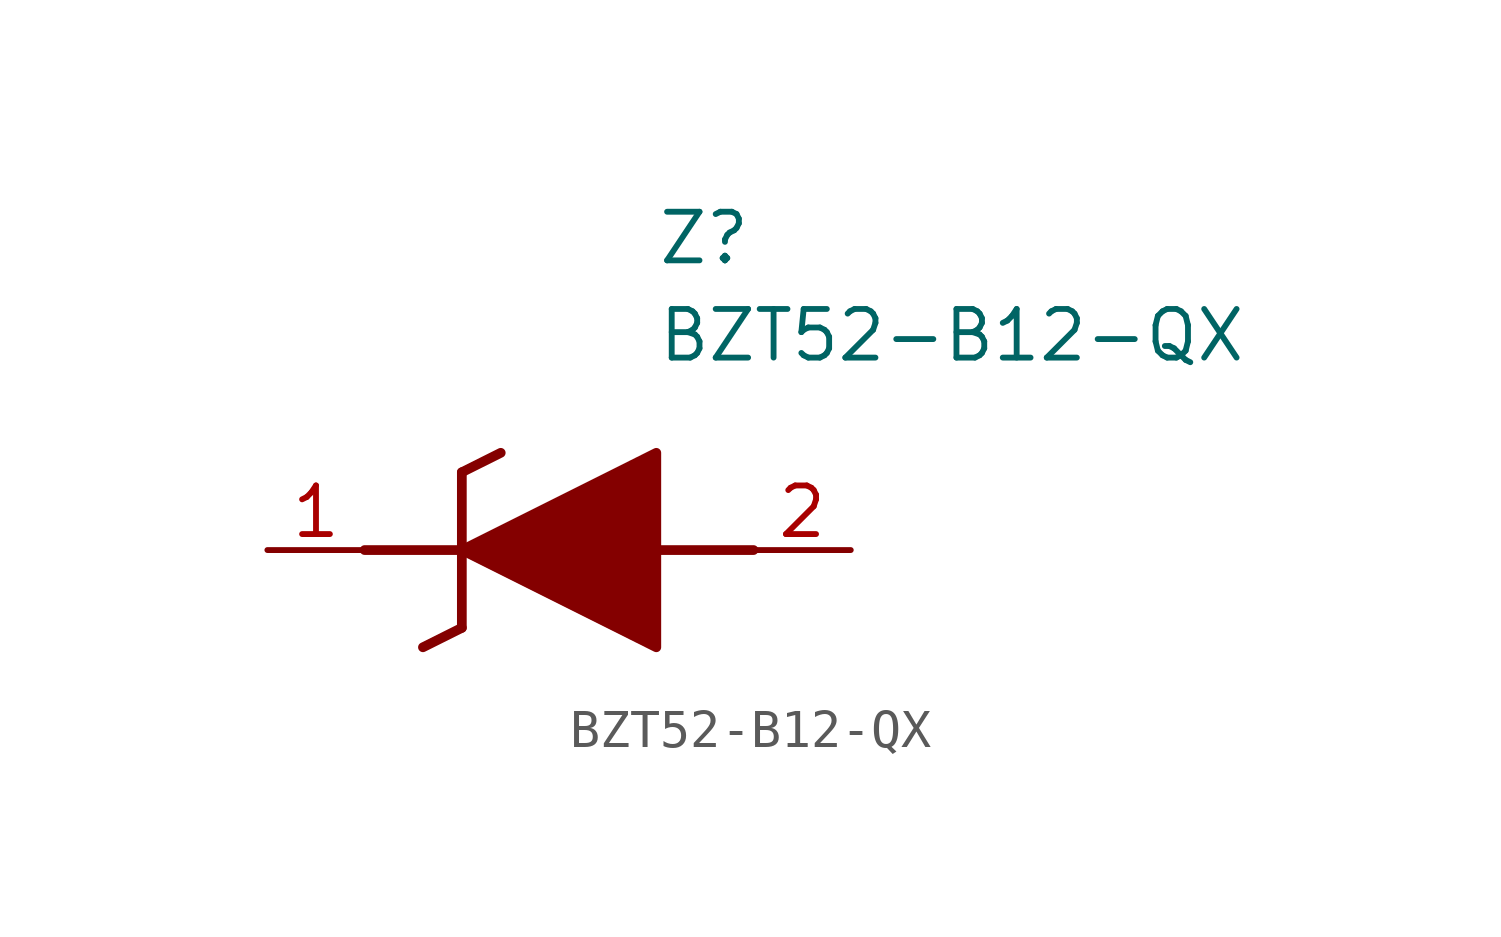
<source format=kicad_sym>
(kicad_symbol_lib
  (version 20211014)
  (generator SamacSys_ECAD_Model)
  (symbol "BZT52-B12-QX"
    (pin_names hide)
    (property "Reference" "Z"
      (at 10.16 8.89 0)
      (effects (font (size 1.27 1.27)) (justify left top)))
    (property "Value" "BZT52-B12-QX"
      (at 10.16 6.35 0)
      (effects (font (size 1.27 1.27)) (justify left top)))
    (polyline
      (pts (xy 5.08 2.032) (xy 5.08 -2.032))
      (stroke (width 0.254) (type default))
      (fill (type none)))
    (polyline
      (pts (xy 5.08 2.032) (xy 6.096 2.54))
      (stroke (width 0.254) (type default))
      (fill (type none)))
    (polyline
      (pts (xy 4.064 -2.54) (xy 5.08 -2.032))
      (stroke (width 0.254) (type default))
      (fill (type none)))
    (polyline
      (pts (xy 2.54 0) (xy 5.08 0))
      (stroke (width 0.254) (type default))
      (fill (type none)))
    (polyline
      (pts (xy 12.7 0) (xy 10.16 0))
      (stroke (width 0.254) (type default))
      (fill (type none)))
    (polyline
      (pts (xy 5.08 0) (xy 10.16 2.54) (xy 10.16 -2.54) (xy 5.08 0))
      (stroke (width 0.254) (type default))
      (fill (type outline)))
    (pin passive line
      (at 0 0 0)
      (length 2.54)
      (name "K" (effects (font (size 1.27 1.27))))
      (number "1" (effects (font (size 1.27 1.27)))))
    (pin passive line
      (at 15.24 0 180)
      (length 2.54)
      (name "A" (effects (font (size 1.27 1.27))))
      (number "2" (effects (font (size 1.27 1.27)))))))
</source>
